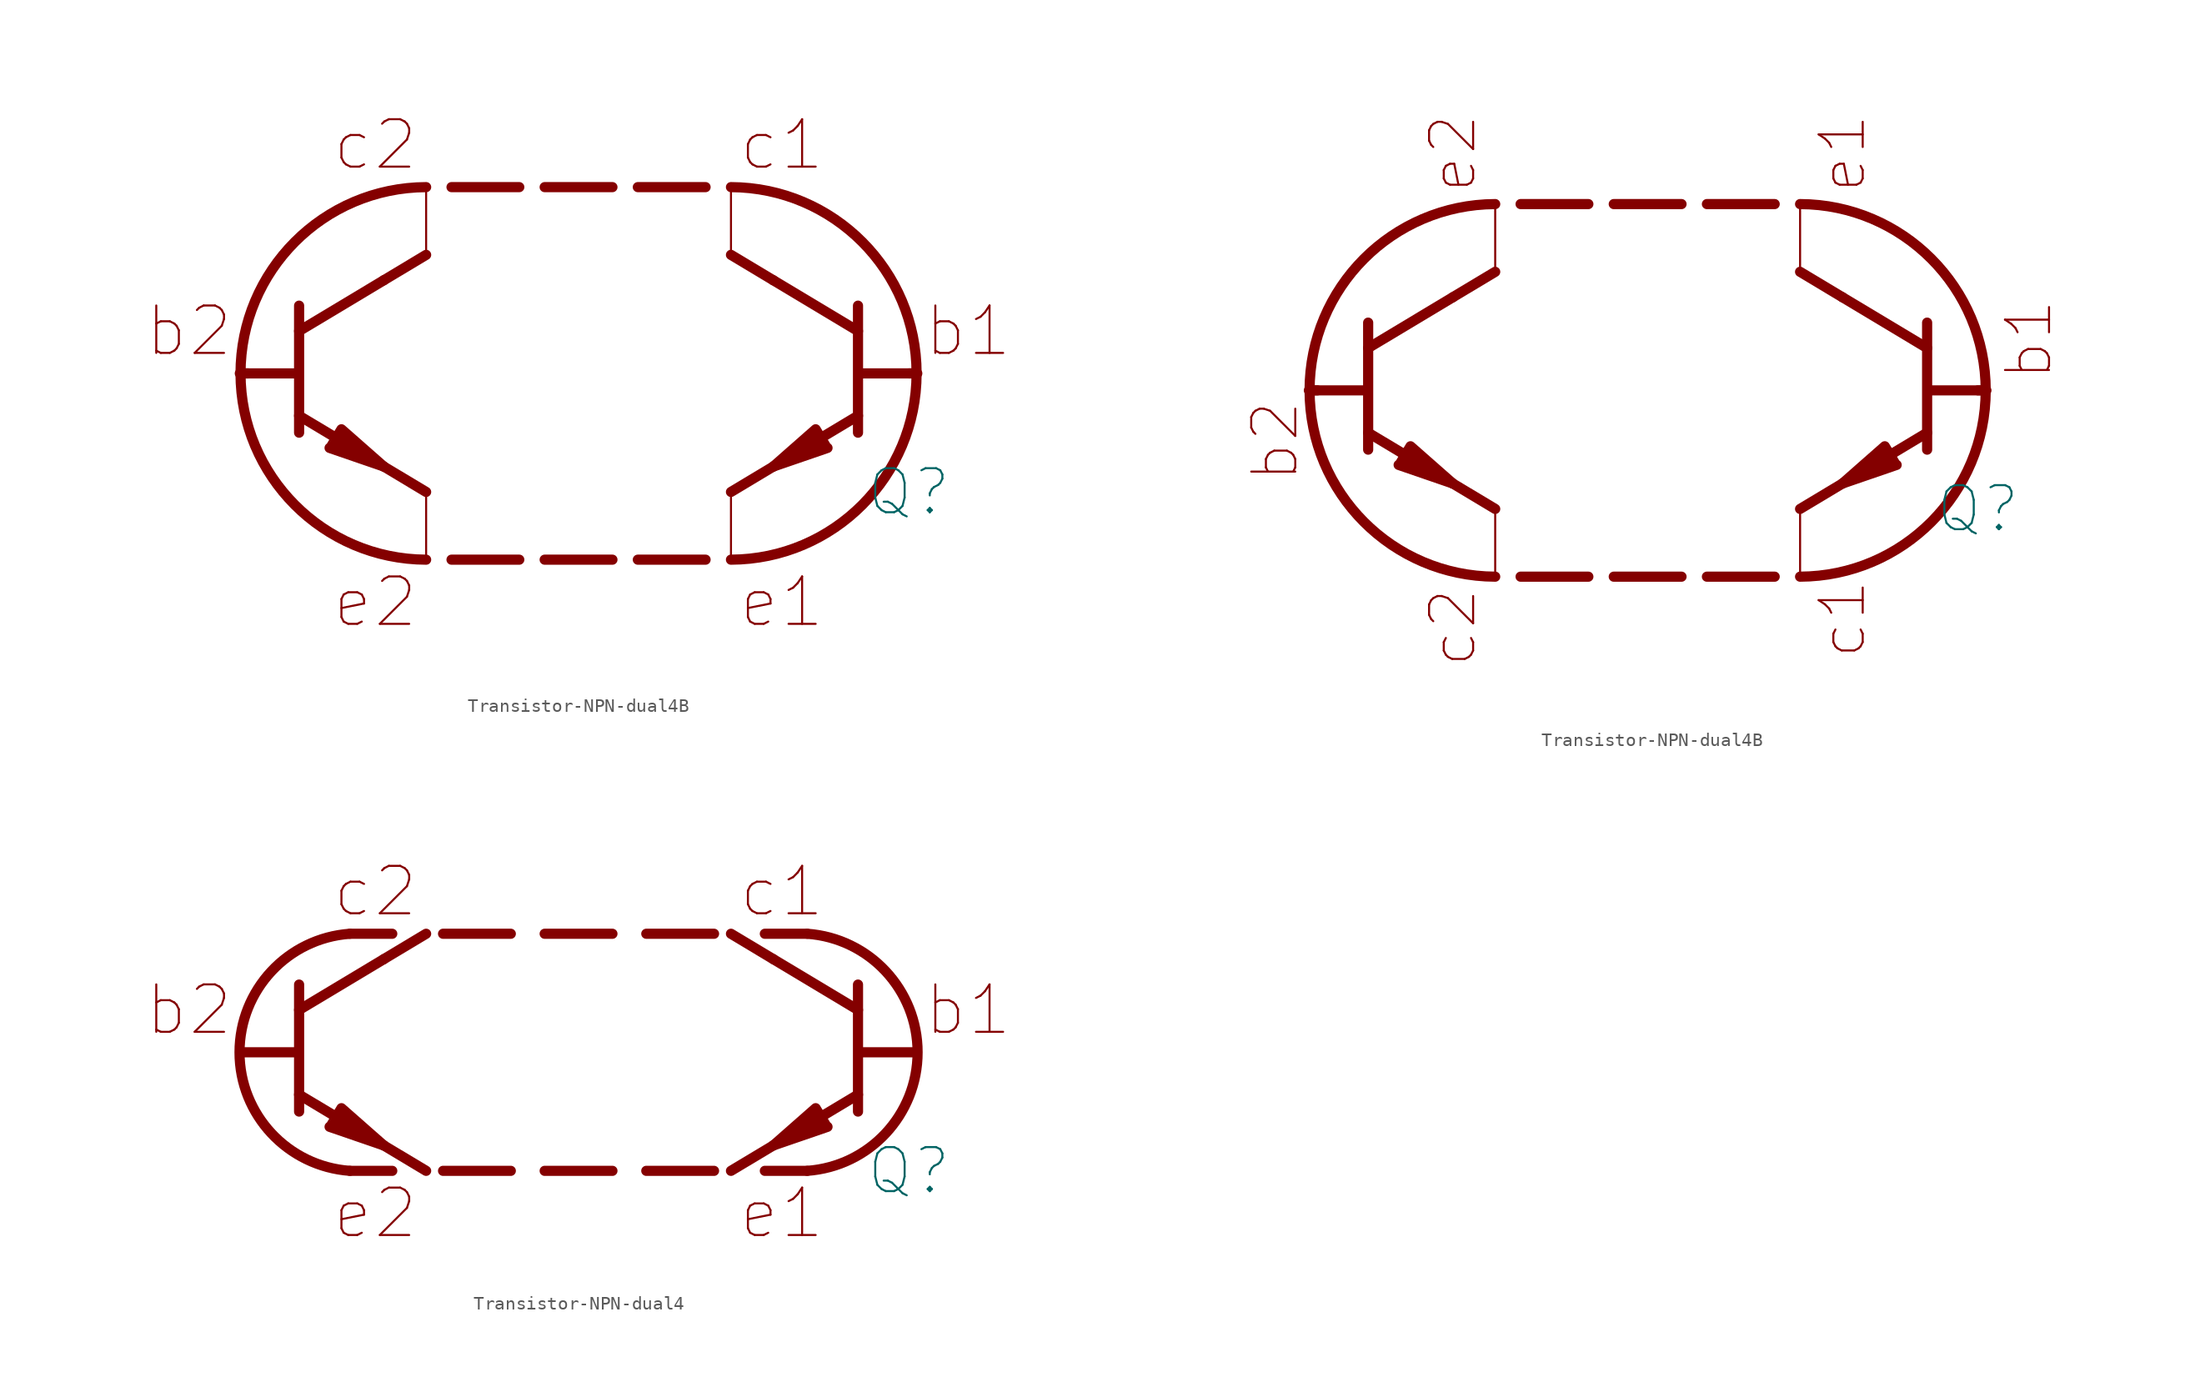
<source format=kicad_sym>
(kicad_symbol_lib
  (version 20211014)
  (generator kicad_symbol_editor)
  (symbol "Transistor-NPN-dual4B"
    (pin_numbers hide)
    (pin_names
      (offset 0) hide)
    (property "Reference" "Q"
      (at 24.765 -8.89 0)
      (effects (font (size 3.302 3.302))))
    (symbol "Transistor-NPN-dual4B_0_0"
      (arc (start -11.43 13.97) (mid -25.4 0) (end -11.43 -13.97) (stroke (width 0.762) (type default) (color 0 0 0 0)) (fill (type none)))
      (polyline (pts (xy -24.765 0) (xy -25.4 0)) (stroke (width 0.762) (type default) (color 0 0 0 0)) (fill (type none)))
      (polyline (pts (xy -20.955 -3.175) (xy -14.605 -6.985)) (stroke (width 0.762) (type default) (color 0 0 0 0)) (fill (type none)))
      (polyline (pts (xy -20.955 3.175) (xy -14.605 6.985)) (stroke (width 0.762) (type default) (color 0 0 0 0)) (fill (type none)))
      (polyline (pts (xy -20.955 5.08) (xy -20.955 -4.445)) (stroke (width 0.762) (type default) (color 0 0 0 0)) (fill (type none)))
      (polyline (pts (xy -14.605 -6.985) (xy -11.43 -8.89)) (stroke (width 0.762) (type default) (color 0 0 0 0)) (fill (type none)))
      (polyline (pts (xy -14.605 6.985) (xy -11.43 8.89)) (stroke (width 0.762) (type default) (color 0 0 0 0)) (fill (type none)))
      (polyline (pts (xy -11.43 -8.89) (xy -11.43 -13.97)) (stroke (width 0) (type default) (color 0 0 0 0)) (fill (type none)))
      (polyline (pts (xy -11.43 8.89) (xy -11.43 13.97)) (stroke (width 0) (type default) (color 0 0 0 0)) (fill (type none)))
      (polyline (pts (xy -9.525 -13.97) (xy -4.445 -13.97)) (stroke (width 0.762) (type default) (color 0 0 0 0)) (fill (type none)))
      (polyline (pts (xy -9.525 13.97) (xy -4.445 13.97)) (stroke (width 0.762) (type default) (color 0 0 0 0)) (fill (type none)))
      (polyline (pts (xy -2.54 -13.97) (xy 2.54 -13.97)) (stroke (width 0.762) (type default) (color 0 0 0 0)) (fill (type none)))
      (polyline (pts (xy -2.54 13.97) (xy 2.54 13.97)) (stroke (width 0.762) (type default) (color 0 0 0 0)) (fill (type none)))
      (polyline (pts (xy 9.525 -13.97) (xy 4.445 -13.97)) (stroke (width 0.762) (type default) (color 0 0 0 0)) (fill (type none)))
      (polyline (pts (xy 9.525 13.97) (xy 4.445 13.97)) (stroke (width 0.762) (type default) (color 0 0 0 0)) (fill (type none)))
      (polyline (pts (xy 11.43 -8.89) (xy 11.43 -13.97)) (stroke (width 0) (type default) (color 0 0 0 0)) (fill (type none)))
      (polyline (pts (xy 11.43 8.89) (xy 11.43 13.97)) (stroke (width 0) (type default) (color 0 0 0 0)) (fill (type none)))
      (polyline (pts (xy 14.605 -6.985) (xy 11.43 -8.89)) (stroke (width 0.762) (type default) (color 0 0 0 0)) (fill (type none)))
      (polyline (pts (xy 14.605 6.985) (xy 11.43 8.89)) (stroke (width 0.762) (type default) (color 0 0 0 0)) (fill (type none)))
      (polyline (pts (xy 20.955 -3.175) (xy 14.605 -6.985)) (stroke (width 0.762) (type default) (color 0 0 0 0)) (fill (type none)))
      (polyline (pts (xy 20.955 3.175) (xy 14.605 6.985)) (stroke (width 0.762) (type default) (color 0 0 0 0)) (fill (type none)))
      (polyline (pts (xy 20.955 5.08) (xy 20.955 -4.445)) (stroke (width 0.762) (type default) (color 0 0 0 0)) (fill (type none)))
      (polyline (pts (xy 25.4 0) (xy 24.765 0)) (stroke (width 0.762) (type default) (color 0 0 0 0)) (fill (type none)))
      (polyline (pts (xy -21.082 0) (xy -24.765 0) (xy -25.273 0)) (stroke (width 0.762) (type default) (color 0 0 0 0)) (fill (type none)))
      (polyline (pts (xy 21.082 0) (xy 24.765 0) (xy 25.273 0)) (stroke (width 0.762) (type default) (color 0 0 0 0)) (fill (type none)))
      (polyline (pts (xy -18.542 -5.461) (xy -17.78 -4.191) (xy -14.605 -6.985) (xy -18.669 -5.588)) (stroke (width 0.762) (type default) (color 0 0 0 0)) (fill (type outline)))
      (polyline (pts (xy 18.542 -5.461) (xy 17.78 -4.191) (xy 14.605 -6.985) (xy 18.669 -5.588)) (stroke (width 0.762) (type default) (color 0 0 0 0)) (fill (type outline)))
      (arc (start 11.43 -13.97) (mid 25.4 0) (end 11.43 13.97) (stroke (width 0.762) (type default) (color 0 0 0 0)) (fill (type none))))
    (symbol "Transistor-NPN-dual4B_0_1"
      (text "b1" (at 29.21 3.175 0) (effects (font (size 3.556 3.556))))
      (text "b2" (at -29.21 3.175 0) (effects (font (size 3.556 3.556))))
      (text "c1" (at 15.24 17.145 0) (effects (font (size 3.556 3.556))))
      (text "c2" (at -15.24 17.145 0) (effects (font (size 3.556 3.556))))
      (text "e1" (at 15.24 -17.145 0) (effects (font (size 3.556 3.556))))
      (text "e2" (at -15.24 -17.145 0) (effects (font (size 3.556 3.556)))))
    (symbol "Transistor-NPN-dual4B_0_2"
      (text "b1" (at 28.575 3.81 900) (effects (font (size 3.302 3.302))))
      (text "b2" (at -27.94 -3.81 900) (effects (font (size 3.302 3.302))))
      (text "c1" (at 14.605 -17.145 900) (effects (font (size 3.302 3.302))))
      (text "c2" (at -14.605 -17.78 900) (effects (font (size 3.302 3.302))))
      (text "e1" (at 14.605 17.78 900) (effects (font (size 3.302 3.302))))
      (text "e2" (at -14.605 17.78 900) (effects (font (size 3.302 3.302)))))
    (symbol "Transistor-NPN-dual4B_1_1"
      (pin passive line (at 11.43 13.97 270) (length 0) (name "C1" (effects (font (size 1.27 1.27)))) (number "1" (effects (font (size 1.27 1.27)))))
      (pin passive line (at 25.4 0 180) (length 0) (name "B1" (effects (font (size 1.27 1.27)))) (number "2" (effects (font (size 1.27 1.27)))))
      (pin passive line (at 11.43 -13.97 90) (length 0) (name "E1" (effects (font (size 1.27 1.27)))) (number "3" (effects (font (size 1.27 1.27)))))
      (pin passive line (at -11.43 13.97 270) (length 0) (name "C2" (effects (font (size 1.27 1.27)))) (number "4" (effects (font (size 1.27 1.27)))))
      (pin passive line (at -25.4 0 0) (length 0) (name "B2" (effects (font (size 1.27 1.27)))) (number "5" (effects (font (size 1.27 1.27)))))
      (pin passive line (at -11.43 -13.97 90) (length 0) (name "E2" (effects (font (size 1.27 1.27)))) (number "6" (effects (font (size 1.27 1.27))))))
    (symbol "Transistor-NPN-dual4B_1_2"
      (pin passive line (at 11.43 13.97 270) (length 0) (name "C1" (effects (font (size 1.27 1.27)))) (number "1" (effects (font (size 1.27 1.27)))))
      (pin passive line (at 25.4 0 180) (length 0) (name "B1" (effects (font (size 1.27 1.27)))) (number "2" (effects (font (size 1.27 1.27)))))
      (pin passive line (at 11.43 -13.97 90) (length 0) (name "E1" (effects (font (size 1.27 1.27)))) (number "3" (effects (font (size 1.27 1.27)))))
      (pin passive line (at -11.43 13.97 270) (length 0) (name "C2" (effects (font (size 1.27 1.27)))) (number "4" (effects (font (size 1.27 1.27)))))
      (pin passive line (at -25.4 0 0) (length 0) (name "B2" (effects (font (size 1.27 1.27)))) (number "5" (effects (font (size 1.27 1.27)))))
      (pin passive line (at -11.43 -13.97 90) (length 0) (name "E2" (effects (font (size 1.27 1.27)))) (number "6" (effects (font (size 1.27 1.27)))))))
  (symbol "Transistor-NPN-dual4"
    (pin_numbers hide)
    (pin_names
      (offset 0) hide)
    (property "Reference" "Q"
      (at 24.765 -8.89 0)
      (effects (font (size 3.302 3.302))))
    (symbol "Transistor-NPN-dual4_0_0"
      (text "b1" (at 29.21 3.175 0) (effects (font (size 3.556 3.556))))
      (text "b2" (at -29.21 3.175 0) (effects (font (size 3.556 3.556))))
      (text "c1" (at 15.24 12.065 0) (effects (font (size 3.556 3.556))))
      (text "c2" (at -15.24 12.065 0) (effects (font (size 3.556 3.556))))
      (text "e1" (at 15.24 -12.065 0) (effects (font (size 3.556 3.556))))
      (text "e2" (at -15.24 -12.065 0) (effects (font (size 3.556 3.556)))))
    (symbol "Transistor-NPN-dual4_0_1"
      (arc (start -17.145 8.89) (mid -25.4226 0) (end -17.145 -8.89) (stroke (width 0.762) (type default) (color 0 0 0 0)) (fill (type none)))
      (polyline (pts (xy -20.955 -3.175) (xy -14.605 -6.985)) (stroke (width 0.762) (type default) (color 0 0 0 0)) (fill (type none)))
      (polyline (pts (xy -20.955 3.175) (xy -14.605 6.985)) (stroke (width 0.762) (type default) (color 0 0 0 0)) (fill (type none)))
      (polyline (pts (xy -20.955 5.08) (xy -20.955 -4.445)) (stroke (width 0.762) (type default) (color 0 0 0 0)) (fill (type none)))
      (polyline (pts (xy -17.145 -8.89) (xy -13.97 -8.89)) (stroke (width 0.762) (type default) (color 0 0 0 0)) (fill (type none)))
      (polyline (pts (xy -17.145 8.89) (xy -13.97 8.89)) (stroke (width 0.762) (type default) (color 0 0 0 0)) (fill (type none)))
      (polyline (pts (xy -14.605 -6.985) (xy -11.43 -8.89)) (stroke (width 0.762) (type default) (color 0 0 0 0)) (fill (type none)))
      (polyline (pts (xy -14.605 6.985) (xy -11.43 8.89)) (stroke (width 0.762) (type default) (color 0 0 0 0)) (fill (type none)))
      (polyline (pts (xy -10.16 -8.89) (xy -5.08 -8.89)) (stroke (width 0.762) (type default) (color 0 0 0 0)) (fill (type none)))
      (polyline (pts (xy -10.16 8.89) (xy -5.08 8.89)) (stroke (width 0.762) (type default) (color 0 0 0 0)) (fill (type none)))
      (polyline (pts (xy -2.54 -8.89) (xy 2.54 -8.89)) (stroke (width 0.762) (type default) (color 0 0 0 0)) (fill (type none)))
      (polyline (pts (xy -2.54 8.89) (xy 2.54 8.89)) (stroke (width 0.762) (type default) (color 0 0 0 0)) (fill (type none)))
      (polyline (pts (xy 10.16 -8.89) (xy 5.08 -8.89)) (stroke (width 0.762) (type default) (color 0 0 0 0)) (fill (type none)))
      (polyline (pts (xy 10.16 8.89) (xy 5.08 8.89)) (stroke (width 0.762) (type default) (color 0 0 0 0)) (fill (type none)))
      (polyline (pts (xy 14.605 -6.985) (xy 11.43 -8.89)) (stroke (width 0.762) (type default) (color 0 0 0 0)) (fill (type none)))
      (polyline (pts (xy 14.605 6.985) (xy 11.43 8.89)) (stroke (width 0.762) (type default) (color 0 0 0 0)) (fill (type none)))
      (polyline (pts (xy 17.145 -8.89) (xy 13.97 -8.89)) (stroke (width 0.762) (type default) (color 0 0 0 0)) (fill (type none)))
      (polyline (pts (xy 17.145 8.89) (xy 13.97 8.89)) (stroke (width 0.762) (type default) (color 0 0 0 0)) (fill (type none)))
      (polyline (pts (xy 20.955 -3.175) (xy 14.605 -6.985)) (stroke (width 0.762) (type default) (color 0 0 0 0)) (fill (type none)))
      (polyline (pts (xy 20.955 3.175) (xy 14.605 6.985)) (stroke (width 0.762) (type default) (color 0 0 0 0)) (fill (type none)))
      (polyline (pts (xy 20.955 5.08) (xy 20.955 -4.445)) (stroke (width 0.762) (type default) (color 0 0 0 0)) (fill (type none)))
      (polyline (pts (xy -21.082 0) (xy -24.765 0) (xy -25.273 0)) (stroke (width 0.762) (type default) (color 0 0 0 0)) (fill (type none)))
      (polyline (pts (xy 21.082 0) (xy 24.765 0) (xy 25.273 0)) (stroke (width 0.762) (type default) (color 0 0 0 0)) (fill (type none)))
      (polyline (pts (xy -18.542 -5.461) (xy -17.78 -4.191) (xy -14.605 -6.985) (xy -18.669 -5.588)) (stroke (width 0.762) (type default) (color 0 0 0 0)) (fill (type outline)))
      (polyline (pts (xy 18.542 -5.461) (xy 17.78 -4.191) (xy 14.605 -6.985) (xy 18.669 -5.588)) (stroke (width 0.762) (type default) (color 0 0 0 0)) (fill (type outline)))
      (arc (start 17.145 -8.89) (mid 25.4226 0) (end 17.145 8.89) (stroke (width 0.762) (type default) (color 0 0 0 0)) (fill (type none))))
    (symbol "Transistor-NPN-dual4_1_1"
      (pin passive line (at 11.43 8.89 270) (length 0) (name "C1" (effects (font (size 1.27 1.27)))) (number "1" (effects (font (size 1.27 1.27)))))
      (pin passive line (at 25.4 0 180) (length 0) (name "B1" (effects (font (size 1.27 1.27)))) (number "2" (effects (font (size 1.27 1.27)))))
      (pin passive line (at 11.43 -8.89 90) (length 0) (name "E1" (effects (font (size 1.27 1.27)))) (number "3" (effects (font (size 1.27 1.27)))))
      (pin passive line (at -11.43 8.89 270) (length 0) (name "C2" (effects (font (size 1.27 1.27)))) (number "4" (effects (font (size 1.27 1.27)))))
      (pin passive line (at -25.4 0 0) (length 0) (name "B2" (effects (font (size 1.27 1.27)))) (number "5" (effects (font (size 1.27 1.27)))))
      (pin passive line (at -11.43 -8.89 90) (length 0) (name "E2" (effects (font (size 1.27 1.27)))) (number "6" (effects (font (size 1.27 1.27))))))))
</source>
